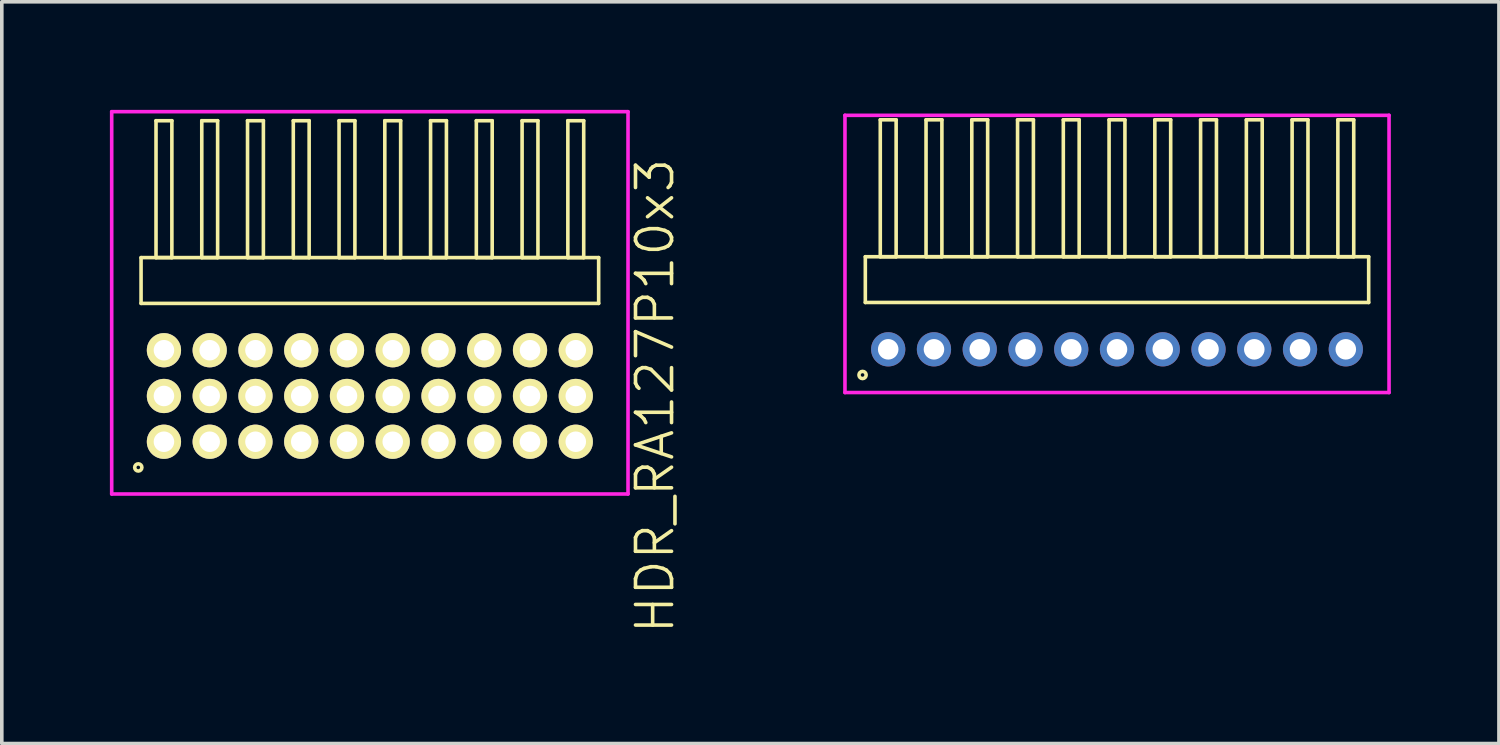
<source format=kicad_pcb>
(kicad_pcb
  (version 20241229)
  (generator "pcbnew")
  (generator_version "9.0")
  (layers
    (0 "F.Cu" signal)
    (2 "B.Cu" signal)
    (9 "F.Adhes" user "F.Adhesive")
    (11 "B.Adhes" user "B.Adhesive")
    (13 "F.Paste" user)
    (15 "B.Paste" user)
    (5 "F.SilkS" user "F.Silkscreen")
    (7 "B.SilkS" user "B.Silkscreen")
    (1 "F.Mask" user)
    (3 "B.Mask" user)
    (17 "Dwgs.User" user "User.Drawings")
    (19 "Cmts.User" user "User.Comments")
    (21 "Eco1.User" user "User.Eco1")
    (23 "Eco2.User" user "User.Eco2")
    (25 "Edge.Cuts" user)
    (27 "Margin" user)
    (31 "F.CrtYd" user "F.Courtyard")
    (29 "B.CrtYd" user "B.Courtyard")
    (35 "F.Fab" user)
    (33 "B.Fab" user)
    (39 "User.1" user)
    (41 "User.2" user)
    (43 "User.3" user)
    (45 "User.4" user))
  (footprint "HDR_RA127P11x1"
    (layer "F.Cu")
    (at 27.951 6.645)
    (property "Reference" "HDR_RA127P11x1" (at -8.3 0 90) (layer "User.1") (effects (font (size 1 1) (thickness 0.1))))
    (attr through_hole)
    (fp_line (start -6.985 -2.57) (end -6.985 -1.3) (stroke (width 0.1) (type solid)) (layer "F.SilkS"))
    (fp_line (start -6.985 -1.3) (end 6.985 -1.3) (stroke (width 0.1) (type solid)) (layer "F.SilkS"))
    (fp_line (start -6.57 -6.37) (end -6.57 -2.57) (stroke (width 0.1) (type solid)) (layer "F.SilkS"))
    (fp_line (start -6.57 -2.57) (end -6.13 -2.57) (stroke (width 0.1) (type solid)) (layer "F.SilkS"))
    (fp_line (start -6.13 -6.37) (end -6.57 -6.37) (stroke (width 0.1) (type solid)) (layer "F.SilkS"))
    (fp_line (start -6.13 -2.57) (end -6.13 -6.37) (stroke (width 0.1) (type solid)) (layer "F.SilkS"))
    (fp_line (start -5.3 -6.37) (end -5.3 -2.57) (stroke (width 0.1) (type solid)) (layer "F.SilkS"))
    (fp_line (start -5.3 -2.57) (end -4.86 -2.57) (stroke (width 0.1) (type solid)) (layer "F.SilkS"))
    (fp_line (start -4.86 -6.37) (end -5.3 -6.37) (stroke (width 0.1) (type solid)) (layer "F.SilkS"))
    (fp_line (start -4.86 -2.57) (end -4.86 -6.37) (stroke (width 0.1) (type solid)) (layer "F.SilkS"))
    (fp_line (start -4.03 -6.37) (end -4.03 -2.57) (stroke (width 0.1) (type solid)) (layer "F.SilkS"))
    (fp_line (start -4.03 -2.57) (end -3.59 -2.57) (stroke (width 0.1) (type solid)) (layer "F.SilkS"))
    (fp_line (start -3.59 -6.37) (end -4.03 -6.37) (stroke (width 0.1) (type solid)) (layer "F.SilkS"))
    (fp_line (start -3.59 -2.57) (end -3.59 -6.37) (stroke (width 0.1) (type solid)) (layer "F.SilkS"))
    (fp_line (start -2.76 -6.37) (end -2.76 -2.57) (stroke (width 0.1) (type solid)) (layer "F.SilkS"))
    (fp_line (start -2.76 -2.57) (end -2.32 -2.57) (stroke (width 0.1) (type solid)) (layer "F.SilkS"))
    (fp_line (start -2.32 -6.37) (end -2.76 -6.37) (stroke (width 0.1) (type solid)) (layer "F.SilkS"))
    (fp_line (start -2.32 -2.57) (end -2.32 -6.37) (stroke (width 0.1) (type solid)) (layer "F.SilkS"))
    (fp_line (start -1.49 -6.37) (end -1.49 -2.57) (stroke (width 0.1) (type solid)) (layer "F.SilkS"))
    (fp_line (start -1.49 -2.57) (end -1.05 -2.57) (stroke (width 0.1) (type solid)) (layer "F.SilkS"))
    (fp_line (start -1.05 -6.37) (end -1.49 -6.37) (stroke (width 0.1) (type solid)) (layer "F.SilkS"))
    (fp_line (start -1.05 -2.57) (end -1.05 -6.37) (stroke (width 0.1) (type solid)) (layer "F.SilkS"))
    (fp_line (start -0.22 -6.37) (end -0.22 -2.57) (stroke (width 0.1) (type solid)) (layer "F.SilkS"))
    (fp_line (start -0.22 -2.57) (end 0.22 -2.57) (stroke (width 0.1) (type solid)) (layer "F.SilkS"))
    (fp_line (start 0.22 -6.37) (end -0.22 -6.37) (stroke (width 0.1) (type solid)) (layer "F.SilkS"))
    (fp_line (start 0.22 -2.57) (end 0.22 -6.37) (stroke (width 0.1) (type solid)) (layer "F.SilkS"))
    (fp_line (start 1.05 -6.37) (end 1.05 -2.57) (stroke (width 0.1) (type solid)) (layer "F.SilkS"))
    (fp_line (start 1.05 -2.57) (end 1.49 -2.57) (stroke (width 0.1) (type solid)) (layer "F.SilkS"))
    (fp_line (start 1.49 -6.37) (end 1.05 -6.37) (stroke (width 0.1) (type solid)) (layer "F.SilkS"))
    (fp_line (start 1.49 -2.57) (end 1.49 -6.37) (stroke (width 0.1) (type solid)) (layer "F.SilkS"))
    (fp_line (start 2.32 -6.37) (end 2.32 -2.57) (stroke (width 0.1) (type solid)) (layer "F.SilkS"))
    (fp_line (start 2.32 -2.57) (end 2.76 -2.57) (stroke (width 0.1) (type solid)) (layer "F.SilkS"))
    (fp_line (start 2.76 -6.37) (end 2.32 -6.37) (stroke (width 0.1) (type solid)) (layer "F.SilkS"))
    (fp_line (start 2.76 -2.57) (end 2.76 -6.37) (stroke (width 0.1) (type solid)) (layer "F.SilkS"))
    (fp_line (start 3.59 -6.37) (end 3.59 -2.57) (stroke (width 0.1) (type solid)) (layer "F.SilkS"))
    (fp_line (start 3.59 -2.57) (end 4.03 -2.57) (stroke (width 0.1) (type solid)) (layer "F.SilkS"))
    (fp_line (start 4.03 -6.37) (end 3.59 -6.37) (stroke (width 0.1) (type solid)) (layer "F.SilkS"))
    (fp_line (start 4.03 -2.57) (end 4.03 -6.37) (stroke (width 0.1) (type solid)) (layer "F.SilkS"))
    (fp_line (start 4.86 -6.37) (end 4.86 -2.57) (stroke (width 0.1) (type solid)) (layer "F.SilkS"))
    (fp_line (start 4.86 -2.57) (end 5.3 -2.57) (stroke (width 0.1) (type solid)) (layer "F.SilkS"))
    (fp_line (start 5.3 -6.37) (end 4.86 -6.37) (stroke (width 0.1) (type solid)) (layer "F.SilkS"))
    (fp_line (start 5.3 -2.57) (end 5.3 -6.37) (stroke (width 0.1) (type solid)) (layer "F.SilkS"))
    (fp_line (start 6.13 -6.37) (end 6.13 -2.57) (stroke (width 0.1) (type solid)) (layer "F.SilkS"))
    (fp_line (start 6.13 -2.57) (end 6.57 -2.57) (stroke (width 0.1) (type solid)) (layer "F.SilkS"))
    (fp_line (start 6.57 -6.37) (end 6.13 -6.37) (stroke (width 0.1) (type solid)) (layer "F.SilkS"))
    (fp_line (start 6.57 -2.57) (end 6.57 -6.37) (stroke (width 0.1) (type solid)) (layer "F.SilkS"))
    (fp_line (start 6.985 -2.57) (end -6.985 -2.57) (stroke (width 0.1) (type solid)) (layer "F.SilkS"))
    (fp_line (start 6.985 -1.3) (end 6.985 -2.57) (stroke (width 0.1) (type solid)) (layer "F.SilkS"))
    (fp_circle (center -7.062 0.712) (end -6.962 0.712) (stroke (width 0.1) (type solid)) (fill no) (layer "F.SilkS"))
    (fp_line (start -7.55 -6.495) (end -7.55 1.2) (stroke (width 0.1) (type solid)) (layer "F.CrtYd"))
    (fp_line (start -7.55 1.2) (end 7.55 1.2) (stroke (width 0.1) (type solid)) (layer "F.CrtYd"))
    (fp_line (start 7.55 -6.495) (end -7.55 -6.495) (stroke (width 0.1) (type solid)) (layer "F.CrtYd"))
    (fp_line (start 7.55 1.2) (end 7.55 -6.495) (stroke (width 0.1) (type solid)) (layer "F.CrtYd"))
    (pad "1" thru_hole oval (at -6.35 0) (size 0.95 0.95) (drill 0.57) (layers "*.Cu" "*.Mask"))
    (pad "2" thru_hole oval (at -5.08 0) (size 0.95 0.95) (drill 0.57) (layers "*.Cu" "*.Mask"))
    (pad "3" thru_hole oval (at -3.81 0) (size 0.95 0.95) (drill 0.57) (layers "*.Cu" "*.Mask"))
    (pad "4" thru_hole oval (at -2.54 0) (size 0.95 0.95) (drill 0.57) (layers "*.Cu" "*.Mask"))
    (pad "5" thru_hole oval (at -1.27 0) (size 0.95 0.95) (drill 0.57) (layers "*.Cu" "*.Mask"))
    (pad "6" thru_hole oval (at 0 0) (size 0.95 0.95) (drill 0.57) (layers "*.Cu" "*.Mask"))
    (pad "7" thru_hole oval (at 1.27 0) (size 0.95 0.95) (drill 0.57) (layers "*.Cu" "*.Mask"))
    (pad "8" thru_hole oval (at 2.54 0) (size 0.95 0.95) (drill 0.57) (layers "*.Cu" "*.Mask"))
    (pad "9" thru_hole oval (at 3.81 0) (size 0.95 0.95) (drill 0.57) (layers "*.Cu" "*.Mask"))
    (pad "10" thru_hole oval (at 5.08 0) (size 0.95 0.95) (drill 0.57) (layers "*.Cu" "*.Mask"))
    (pad "11" thru_hole oval (at 6.35 0) (size 0.95 0.95) (drill 0.57) (layers "*.Cu" "*.Mask")))
  (footprint "HDR_RA127P10x3"
    (layer "F.Cu")
    (at 7.215 7.94)
    (property "Reference" "HDR_RA127P10x3" (at 7.915 0 90) (layer "F.SilkS") (effects (font (size 1 1) (thickness 0.1))))
    (attr through_hole)
    (fp_line (start -6.35 -3.84) (end -6.35 -2.57) (stroke (width 0.1) (type solid)) (layer "F.SilkS"))
    (fp_line (start -6.35 -2.57) (end 6.35 -2.57) (stroke (width 0.1) (type solid)) (layer "F.SilkS"))
    (fp_line (start -5.935 -7.64) (end -5.935 -3.84) (stroke (width 0.1) (type solid)) (layer "F.SilkS"))
    (fp_line (start -5.935 -3.84) (end -5.495 -3.84) (stroke (width 0.1) (type solid)) (layer "F.SilkS"))
    (fp_line (start -5.495 -7.64) (end -5.935 -7.64) (stroke (width 0.1) (type solid)) (layer "F.SilkS"))
    (fp_line (start -5.495 -3.84) (end -5.495 -7.64) (stroke (width 0.1) (type solid)) (layer "F.SilkS"))
    (fp_line (start -4.665 -7.64) (end -4.665 -3.84) (stroke (width 0.1) (type solid)) (layer "F.SilkS"))
    (fp_line (start -4.665 -3.84) (end -4.225 -3.84) (stroke (width 0.1) (type solid)) (layer "F.SilkS"))
    (fp_line (start -4.225 -7.64) (end -4.665 -7.64) (stroke (width 0.1) (type solid)) (layer "F.SilkS"))
    (fp_line (start -4.225 -3.84) (end -4.225 -7.64) (stroke (width 0.1) (type solid)) (layer "F.SilkS"))
    (fp_line (start -3.395 -7.64) (end -3.395 -3.84) (stroke (width 0.1) (type solid)) (layer "F.SilkS"))
    (fp_line (start -3.395 -3.84) (end -2.955 -3.84) (stroke (width 0.1) (type solid)) (layer "F.SilkS"))
    (fp_line (start -2.955 -7.64) (end -3.395 -7.64) (stroke (width 0.1) (type solid)) (layer "F.SilkS"))
    (fp_line (start -2.955 -3.84) (end -2.955 -7.64) (stroke (width 0.1) (type solid)) (layer "F.SilkS"))
    (fp_line (start -2.125 -7.64) (end -2.125 -3.84) (stroke (width 0.1) (type solid)) (layer "F.SilkS"))
    (fp_line (start -2.125 -3.84) (end -1.685 -3.84) (stroke (width 0.1) (type solid)) (layer "F.SilkS"))
    (fp_line (start -1.685 -7.64) (end -2.125 -7.64) (stroke (width 0.1) (type solid)) (layer "F.SilkS"))
    (fp_line (start -1.685 -3.84) (end -1.685 -7.64) (stroke (width 0.1) (type solid)) (layer "F.SilkS"))
    (fp_line (start -0.855 -7.64) (end -0.855 -3.84) (stroke (width 0.1) (type solid)) (layer "F.SilkS"))
    (fp_line (start -0.855 -3.84) (end -0.415 -3.84) (stroke (width 0.1) (type solid)) (layer "F.SilkS"))
    (fp_line (start -0.415 -7.64) (end -0.855 -7.64) (stroke (width 0.1) (type solid)) (layer "F.SilkS"))
    (fp_line (start -0.415 -3.84) (end -0.415 -7.64) (stroke (width 0.1) (type solid)) (layer "F.SilkS"))
    (fp_line (start 0.415 -7.64) (end 0.415 -3.84) (stroke (width 0.1) (type solid)) (layer "F.SilkS"))
    (fp_line (start 0.415 -3.84) (end 0.855 -3.84) (stroke (width 0.1) (type solid)) (layer "F.SilkS"))
    (fp_line (start 0.855 -7.64) (end 0.415 -7.64) (stroke (width 0.1) (type solid)) (layer "F.SilkS"))
    (fp_line (start 0.855 -3.84) (end 0.855 -7.64) (stroke (width 0.1) (type solid)) (layer "F.SilkS"))
    (fp_line (start 1.685 -7.64) (end 1.685 -3.84) (stroke (width 0.1) (type solid)) (layer "F.SilkS"))
    (fp_line (start 1.685 -3.84) (end 2.125 -3.84) (stroke (width 0.1) (type solid)) (layer "F.SilkS"))
    (fp_line (start 2.125 -7.64) (end 1.685 -7.64) (stroke (width 0.1) (type solid)) (layer "F.SilkS"))
    (fp_line (start 2.125 -3.84) (end 2.125 -7.64) (stroke (width 0.1) (type solid)) (layer "F.SilkS"))
    (fp_line (start 2.955 -7.64) (end 2.955 -3.84) (stroke (width 0.1) (type solid)) (layer "F.SilkS"))
    (fp_line (start 2.955 -3.84) (end 3.395 -3.84) (stroke (width 0.1) (type solid)) (layer "F.SilkS"))
    (fp_line (start 3.395 -7.64) (end 2.955 -7.64) (stroke (width 0.1) (type solid)) (layer "F.SilkS"))
    (fp_line (start 3.395 -3.84) (end 3.395 -7.64) (stroke (width 0.1) (type solid)) (layer "F.SilkS"))
    (fp_line (start 4.225 -7.64) (end 4.225 -3.84) (stroke (width 0.1) (type solid)) (layer "F.SilkS"))
    (fp_line (start 4.225 -3.84) (end 4.665 -3.84) (stroke (width 0.1) (type solid)) (layer "F.SilkS"))
    (fp_line (start 4.665 -7.64) (end 4.225 -7.64) (stroke (width 0.1) (type solid)) (layer "F.SilkS"))
    (fp_line (start 4.665 -3.84) (end 4.665 -7.64) (stroke (width 0.1) (type solid)) (layer "F.SilkS"))
    (fp_line (start 5.495 -7.64) (end 5.495 -3.84) (stroke (width 0.1) (type solid)) (layer "F.SilkS"))
    (fp_line (start 5.495 -3.84) (end 5.935 -3.84) (stroke (width 0.1) (type solid)) (layer "F.SilkS"))
    (fp_line (start 5.935 -7.64) (end 5.495 -7.64) (stroke (width 0.1) (type solid)) (layer "F.SilkS"))
    (fp_line (start 5.935 -3.84) (end 5.935 -7.64) (stroke (width 0.1) (type solid)) (layer "F.SilkS"))
    (fp_line (start 6.35 -3.84) (end -6.35 -3.84) (stroke (width 0.1) (type solid)) (layer "F.SilkS"))
    (fp_line (start 6.35 -2.57) (end 6.35 -3.84) (stroke (width 0.1) (type solid)) (layer "F.SilkS"))
    (fp_circle (center -6.427 1.983) (end -6.327 1.983) (stroke (width 0.1) (type solid)) (fill no) (layer "F.SilkS"))
    (fp_line (start -7.165 -7.89) (end -7.165 2.72) (stroke (width 0.1) (type solid)) (layer "F.CrtYd"))
    (fp_line (start -7.165 2.72) (end 7.165 2.72) (stroke (width 0.1) (type solid)) (layer "F.CrtYd"))
    (fp_line (start 7.165 -7.89) (end -7.165 -7.89) (stroke (width 0.1) (type solid)) (layer "F.CrtYd"))
    (fp_line (start 7.165 2.72) (end 7.165 -7.89) (stroke (width 0.1) (type solid)) (layer "F.CrtYd"))
    (pad "1" thru_hole oval (at -5.715 1.27) (size 0.95 0.95) (drill 0.57) (layers "*.Cu" "*.Mask" "F.SilkS"))
    (pad "2" thru_hole oval (at -5.715 0) (size 0.95 0.95) (drill 0.57) (layers "*.Cu" "*.Mask" "F.SilkS"))
    (pad "3" thru_hole oval (at -5.715 -1.27) (size 0.95 0.95) (drill 0.57) (layers "*.Cu" "*.Mask" "F.SilkS"))
    (pad "4" thru_hole oval (at -4.445 1.27) (size 0.95 0.95) (drill 0.57) (layers "*.Cu" "*.Mask" "F.SilkS"))
    (pad "5" thru_hole oval (at -4.445 0) (size 0.95 0.95) (drill 0.57) (layers "*.Cu" "*.Mask" "F.SilkS"))
    (pad "6" thru_hole oval (at -4.445 -1.27) (size 0.95 0.95) (drill 0.57) (layers "*.Cu" "*.Mask" "F.SilkS"))
    (pad "7" thru_hole oval (at -3.175 1.27) (size 0.95 0.95) (drill 0.57) (layers "*.Cu" "*.Mask" "F.SilkS"))
    (pad "8" thru_hole oval (at -3.175 0) (size 0.95 0.95) (drill 0.57) (layers "*.Cu" "*.Mask" "F.SilkS"))
    (pad "9" thru_hole oval (at -3.175 -1.27) (size 0.95 0.95) (drill 0.57) (layers "*.Cu" "*.Mask" "F.SilkS"))
    (pad "10" thru_hole oval (at -1.905 1.27) (size 0.95 0.95) (drill 0.57) (layers "*.Cu" "*.Mask" "F.SilkS"))
    (pad "11" thru_hole oval (at -1.905 0) (size 0.95 0.95) (drill 0.57) (layers "*.Cu" "*.Mask" "F.SilkS"))
    (pad "12" thru_hole oval (at -1.905 -1.27) (size 0.95 0.95) (drill 0.57) (layers "*.Cu" "*.Mask" "F.SilkS"))
    (pad "13" thru_hole oval (at -0.635 1.27) (size 0.95 0.95) (drill 0.57) (layers "*.Cu" "*.Mask" "F.SilkS"))
    (pad "14" thru_hole oval (at -0.635 0) (size 0.95 0.95) (drill 0.57) (layers "*.Cu" "*.Mask" "F.SilkS"))
    (pad "15" thru_hole oval (at -0.635 -1.27) (size 0.95 0.95) (drill 0.57) (layers "*.Cu" "*.Mask" "F.SilkS"))
    (pad "16" thru_hole oval (at 0.635 1.27) (size 0.95 0.95) (drill 0.57) (layers "*.Cu" "*.Mask" "F.SilkS"))
    (pad "17" thru_hole oval (at 0.635 0) (size 0.95 0.95) (drill 0.57) (layers "*.Cu" "*.Mask" "F.SilkS"))
    (pad "18" thru_hole oval (at 0.635 -1.27) (size 0.95 0.95) (drill 0.57) (layers "*.Cu" "*.Mask" "F.SilkS"))
    (pad "19" thru_hole oval (at 1.905 1.27) (size 0.95 0.95) (drill 0.57) (layers "*.Cu" "*.Mask" "F.SilkS"))
    (pad "20" thru_hole oval (at 1.905 0) (size 0.95 0.95) (drill 0.57) (layers "*.Cu" "*.Mask" "F.SilkS"))
    (pad "21" thru_hole oval (at 1.905 -1.27) (size 0.95 0.95) (drill 0.57) (layers "*.Cu" "*.Mask" "F.SilkS"))
    (pad "22" thru_hole oval (at 3.175 1.27) (size 0.95 0.95) (drill 0.57) (layers "*.Cu" "*.Mask" "F.SilkS"))
    (pad "23" thru_hole oval (at 3.175 0) (size 0.95 0.95) (drill 0.57) (layers "*.Cu" "*.Mask" "F.SilkS"))
    (pad "24" thru_hole oval (at 3.175 -1.27) (size 0.95 0.95) (drill 0.57) (layers "*.Cu" "*.Mask" "F.SilkS"))
    (pad "25" thru_hole oval (at 4.445 1.27) (size 0.95 0.95) (drill 0.57) (layers "*.Cu" "*.Mask" "F.SilkS"))
    (pad "26" thru_hole oval (at 4.445 0) (size 0.95 0.95) (drill 0.57) (layers "*.Cu" "*.Mask" "F.SilkS"))
    (pad "27" thru_hole oval (at 4.445 -1.27) (size 0.95 0.95) (drill 0.57) (layers "*.Cu" "*.Mask" "F.SilkS"))
    (pad "28" thru_hole oval (at 5.715 1.27) (size 0.95 0.95) (drill 0.57) (layers "*.Cu" "*.Mask" "F.SilkS"))
    (pad "29" thru_hole oval (at 5.715 0) (size 0.95 0.95) (drill 0.57) (layers "*.Cu" "*.Mask" "F.SilkS"))
    (pad "30" thru_hole oval (at 5.715 -1.27) (size 0.95 0.95) (drill 0.57) (layers "*.Cu" "*.Mask" "F.SilkS")))
  (gr_rect
    (start -3 -3)
    (end 38.551 17.585)
    (stroke (width 0.1) (type default))
    (fill no)
    (layer "Edge.Cuts")))
</source>
